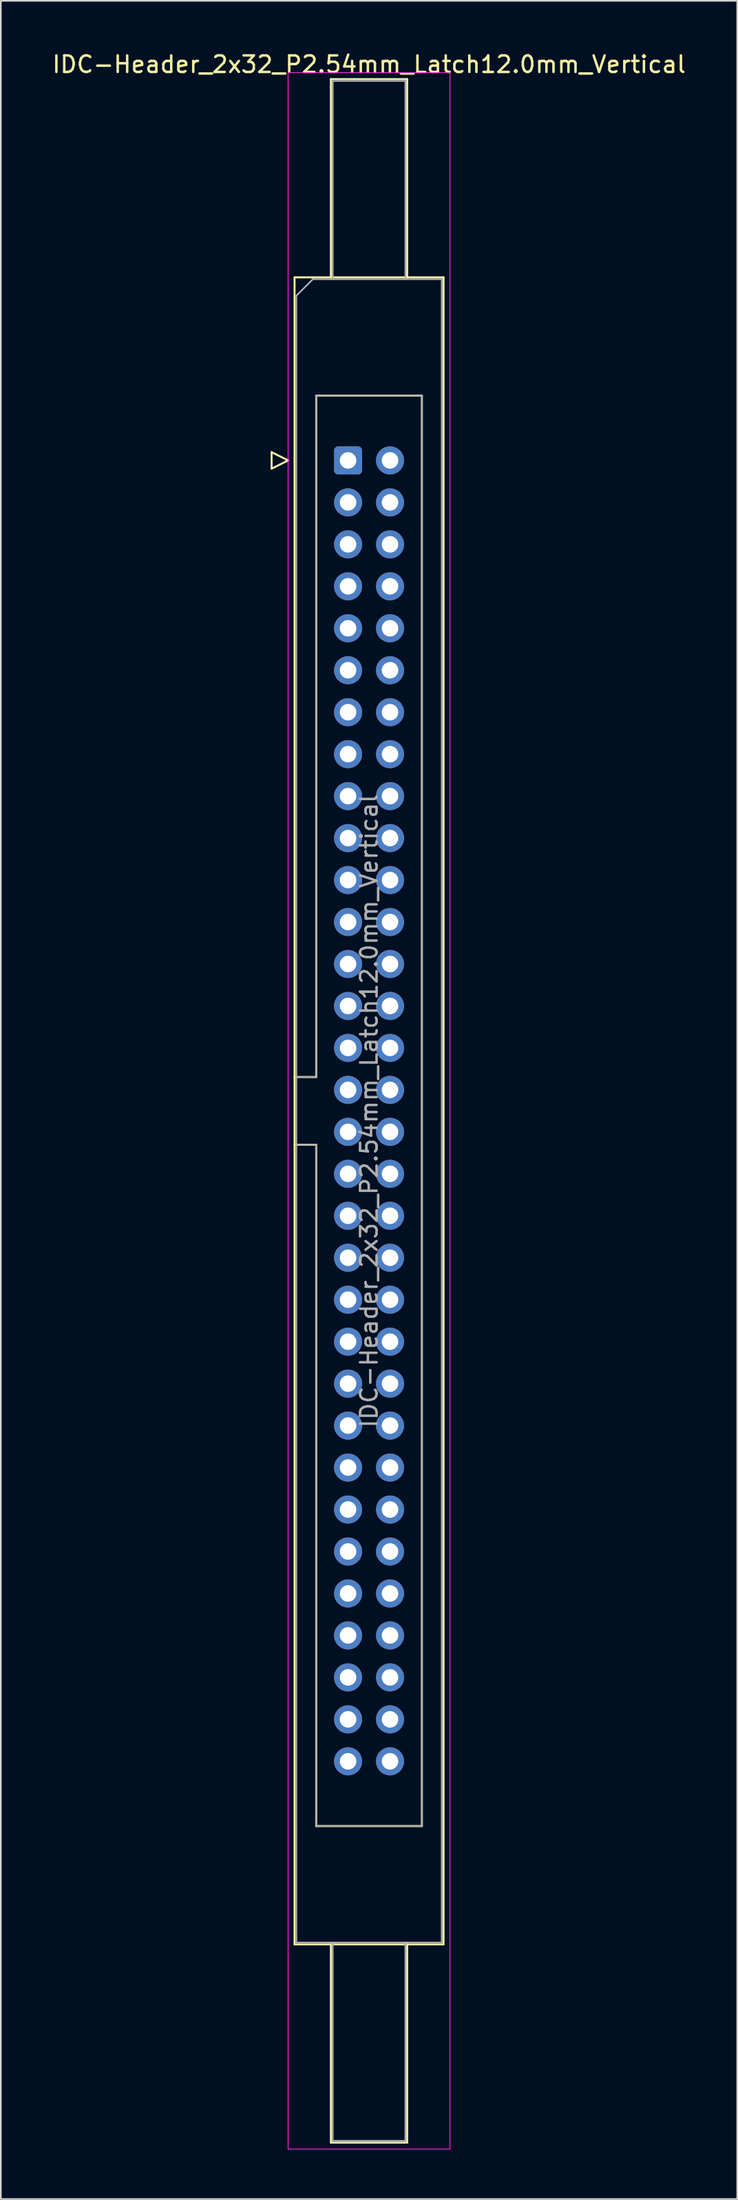
<source format=kicad_pcb>
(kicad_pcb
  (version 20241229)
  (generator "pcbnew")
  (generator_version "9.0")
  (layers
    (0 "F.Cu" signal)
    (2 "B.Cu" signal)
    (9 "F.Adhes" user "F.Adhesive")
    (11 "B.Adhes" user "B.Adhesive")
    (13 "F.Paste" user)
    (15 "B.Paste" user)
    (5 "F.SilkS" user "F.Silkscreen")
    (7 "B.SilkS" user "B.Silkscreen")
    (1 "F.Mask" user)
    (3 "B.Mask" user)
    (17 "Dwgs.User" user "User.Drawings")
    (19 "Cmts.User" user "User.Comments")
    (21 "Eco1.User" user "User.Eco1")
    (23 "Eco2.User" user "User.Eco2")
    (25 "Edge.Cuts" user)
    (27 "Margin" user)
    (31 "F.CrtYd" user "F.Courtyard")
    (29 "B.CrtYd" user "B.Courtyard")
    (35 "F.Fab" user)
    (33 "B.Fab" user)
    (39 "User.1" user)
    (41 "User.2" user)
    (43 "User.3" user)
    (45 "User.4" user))
  (footprint "IDC-Header_2x32_P2.54mm_Latch12.0mm_Vertical"
    (layer "F.Cu")
    (at 18.022 24.818)
    (property "Reference" "IDC-Header_2x32_P2.54mm_Latch12.0mm_Vertical" (at 1.27 -23.97 0) (layer "F.SilkS") (effects (font (size 1 1) (thickness 0.15))))
    (attr through_hole)
    (fp_line (start -4.63 -0.5) (end -4.63 0.5) (stroke (width 0.12) (type solid)) (layer "F.SilkS"))
    (fp_line (start -4.63 0.5) (end -3.63 0) (stroke (width 0.12) (type solid)) (layer "F.SilkS"))
    (fp_line (start -3.63 0) (end -4.63 -0.5) (stroke (width 0.12) (type solid)) (layer "F.SilkS"))
    (fp_line (start -3.24 -11.08) (end 5.78 -11.08) (stroke (width 0.12) (type solid)) (layer "F.SilkS"))
    (fp_line (start -3.24 37.32) (end -1.93 37.32) (stroke (width 0.12) (type solid)) (layer "F.SilkS"))
    (fp_line (start -3.24 89.82) (end -3.24 -11.08) (stroke (width 0.12) (type solid)) (layer "F.SilkS"))
    (fp_line (start -1.93 -3.92) (end 4.47 -3.92) (stroke (width 0.12) (type solid)) (layer "F.SilkS"))
    (fp_line (start -1.93 37.32) (end -1.93 -3.92) (stroke (width 0.12) (type solid)) (layer "F.SilkS"))
    (fp_line (start -1.93 41.42) (end -3.24 41.42) (stroke (width 0.12) (type solid)) (layer "F.SilkS"))
    (fp_line (start -1.93 82.66) (end -1.93 41.42) (stroke (width 0.12) (type solid)) (layer "F.SilkS"))
    (fp_line (start -1.04 -23.08) (end 3.58 -23.08) (stroke (width 0.12) (type solid)) (layer "F.SilkS"))
    (fp_line (start -1.04 -11.08) (end -1.04 -23.08) (stroke (width 0.12) (type solid)) (layer "F.SilkS"))
    (fp_line (start -1.04 89.82) (end -1.04 101.82) (stroke (width 0.12) (type solid)) (layer "F.SilkS"))
    (fp_line (start -1.04 101.82) (end 3.58 101.82) (stroke (width 0.12) (type solid)) (layer "F.SilkS"))
    (fp_line (start 3.58 -23.08) (end 3.58 -11.08) (stroke (width 0.12) (type solid)) (layer "F.SilkS"))
    (fp_line (start 3.58 101.82) (end 3.58 89.82) (stroke (width 0.12) (type solid)) (layer "F.SilkS"))
    (fp_line (start 4.47 -3.92) (end 4.47 82.66) (stroke (width 0.12) (type solid)) (layer "F.SilkS"))
    (fp_line (start 4.47 82.66) (end -1.93 82.66) (stroke (width 0.12) (type solid)) (layer "F.SilkS"))
    (fp_line (start 5.78 -11.08) (end 5.78 89.82) (stroke (width 0.12) (type solid)) (layer "F.SilkS"))
    (fp_line (start 5.78 89.82) (end -3.24 89.82) (stroke (width 0.12) (type solid)) (layer "F.SilkS"))
    (fp_line (start -3.63 -23.47) (end -3.63 102.21) (stroke (width 0.05) (type solid)) (layer "F.CrtYd"))
    (fp_line (start -3.63 102.21) (end 6.17 102.21) (stroke (width 0.05) (type solid)) (layer "F.CrtYd"))
    (fp_line (start 6.17 -23.47) (end -3.63 -23.47) (stroke (width 0.05) (type solid)) (layer "F.CrtYd"))
    (fp_line (start 6.17 102.21) (end 6.17 -23.47) (stroke (width 0.05) (type solid)) (layer "F.CrtYd"))
    (fp_line (start -3.13 -9.97) (end -2.13 -10.97) (stroke (width 0.1) (type solid)) (layer "F.Fab"))
    (fp_line (start -3.13 37.32) (end -1.93 37.32) (stroke (width 0.1) (type solid)) (layer "F.Fab"))
    (fp_line (start -3.13 89.71) (end -3.13 -9.97) (stroke (width 0.1) (type solid)) (layer "F.Fab"))
    (fp_line (start -2.13 -10.97) (end 5.67 -10.97) (stroke (width 0.1) (type solid)) (layer "F.Fab"))
    (fp_line (start -1.93 -3.92) (end 4.47 -3.92) (stroke (width 0.1) (type solid)) (layer "F.Fab"))
    (fp_line (start -1.93 37.32) (end -1.93 -3.92) (stroke (width 0.1) (type solid)) (layer "F.Fab"))
    (fp_line (start -1.93 41.42) (end -3.13 41.42) (stroke (width 0.1) (type solid)) (layer "F.Fab"))
    (fp_line (start -1.93 82.66) (end -1.93 41.42) (stroke (width 0.1) (type solid)) (layer "F.Fab"))
    (fp_line (start -0.93 -22.97) (end 3.47 -22.97) (stroke (width 0.1) (type solid)) (layer "F.Fab"))
    (fp_line (start -0.93 -10.97) (end -0.93 -22.97) (stroke (width 0.1) (type solid)) (layer "F.Fab"))
    (fp_line (start -0.93 89.71) (end -0.93 101.71) (stroke (width 0.1) (type solid)) (layer "F.Fab"))
    (fp_line (start -0.93 101.71) (end 3.47 101.71) (stroke (width 0.1) (type solid)) (layer "F.Fab"))
    (fp_line (start 3.47 -22.97) (end 3.47 -10.97) (stroke (width 0.1) (type solid)) (layer "F.Fab"))
    (fp_line (start 3.47 101.71) (end 3.47 89.71) (stroke (width 0.1) (type solid)) (layer "F.Fab"))
    (fp_line (start 4.47 -3.92) (end 4.47 82.66) (stroke (width 0.1) (type solid)) (layer "F.Fab"))
    (fp_line (start 4.47 82.66) (end -1.93 82.66) (stroke (width 0.1) (type solid)) (layer "F.Fab"))
    (fp_line (start 5.67 -10.97) (end 5.67 89.71) (stroke (width 0.1) (type solid)) (layer "F.Fab"))
    (fp_line (start 5.67 89.71) (end -3.13 89.71) (stroke (width 0.1) (type solid)) (layer "F.Fab"))
    (fp_text user "${REFERENCE}" (at 1.27 39.37 90) (layer "F.Fab") (effects (font (size 1 1) (thickness 0.15))))
    (pad "1" thru_hole roundrect (at 0 0) (size 1.7 1.7) (drill 1) (layers "*.Cu" "*.Mask") (roundrect_rratio 0.147))
    (pad "2" thru_hole circle (at 2.54 0) (size 1.7 1.7) (drill 1) (layers "*.Cu" "*.Mask"))
    (pad "3" thru_hole circle (at 0 2.54) (size 1.7 1.7) (drill 1) (layers "*.Cu" "*.Mask"))
    (pad "4" thru_hole circle (at 2.54 2.54) (size 1.7 1.7) (drill 1) (layers "*.Cu" "*.Mask"))
    (pad "5" thru_hole circle (at 0 5.08) (size 1.7 1.7) (drill 1) (layers "*.Cu" "*.Mask"))
    (pad "6" thru_hole circle (at 2.54 5.08) (size 1.7 1.7) (drill 1) (layers "*.Cu" "*.Mask"))
    (pad "7" thru_hole circle (at 0 7.62) (size 1.7 1.7) (drill 1) (layers "*.Cu" "*.Mask"))
    (pad "8" thru_hole circle (at 2.54 7.62) (size 1.7 1.7) (drill 1) (layers "*.Cu" "*.Mask"))
    (pad "9" thru_hole circle (at 0 10.16) (size 1.7 1.7) (drill 1) (layers "*.Cu" "*.Mask"))
    (pad "10" thru_hole circle (at 2.54 10.16) (size 1.7 1.7) (drill 1) (layers "*.Cu" "*.Mask"))
    (pad "11" thru_hole circle (at 0 12.7) (size 1.7 1.7) (drill 1) (layers "*.Cu" "*.Mask"))
    (pad "12" thru_hole circle (at 2.54 12.7) (size 1.7 1.7) (drill 1) (layers "*.Cu" "*.Mask"))
    (pad "13" thru_hole circle (at 0 15.24) (size 1.7 1.7) (drill 1) (layers "*.Cu" "*.Mask"))
    (pad "14" thru_hole circle (at 2.54 15.24) (size 1.7 1.7) (drill 1) (layers "*.Cu" "*.Mask"))
    (pad "15" thru_hole circle (at 0 17.78) (size 1.7 1.7) (drill 1) (layers "*.Cu" "*.Mask"))
    (pad "16" thru_hole circle (at 2.54 17.78) (size 1.7 1.7) (drill 1) (layers "*.Cu" "*.Mask"))
    (pad "17" thru_hole circle (at 0 20.32) (size 1.7 1.7) (drill 1) (layers "*.Cu" "*.Mask"))
    (pad "18" thru_hole circle (at 2.54 20.32) (size 1.7 1.7) (drill 1) (layers "*.Cu" "*.Mask"))
    (pad "19" thru_hole circle (at 0 22.86) (size 1.7 1.7) (drill 1) (layers "*.Cu" "*.Mask"))
    (pad "20" thru_hole circle (at 2.54 22.86) (size 1.7 1.7) (drill 1) (layers "*.Cu" "*.Mask"))
    (pad "21" thru_hole circle (at 0 25.4) (size 1.7 1.7) (drill 1) (layers "*.Cu" "*.Mask"))
    (pad "22" thru_hole circle (at 2.54 25.4) (size 1.7 1.7) (drill 1) (layers "*.Cu" "*.Mask"))
    (pad "23" thru_hole circle (at 0 27.94) (size 1.7 1.7) (drill 1) (layers "*.Cu" "*.Mask"))
    (pad "24" thru_hole circle (at 2.54 27.94) (size 1.7 1.7) (drill 1) (layers "*.Cu" "*.Mask"))
    (pad "25" thru_hole circle (at 0 30.48) (size 1.7 1.7) (drill 1) (layers "*.Cu" "*.Mask"))
    (pad "26" thru_hole circle (at 2.54 30.48) (size 1.7 1.7) (drill 1) (layers "*.Cu" "*.Mask"))
    (pad "27" thru_hole circle (at 0 33.02) (size 1.7 1.7) (drill 1) (layers "*.Cu" "*.Mask"))
    (pad "28" thru_hole circle (at 2.54 33.02) (size 1.7 1.7) (drill 1) (layers "*.Cu" "*.Mask"))
    (pad "29" thru_hole circle (at 0 35.56) (size 1.7 1.7) (drill 1) (layers "*.Cu" "*.Mask"))
    (pad "30" thru_hole circle (at 2.54 35.56) (size 1.7 1.7) (drill 1) (layers "*.Cu" "*.Mask"))
    (pad "31" thru_hole circle (at 0 38.1) (size 1.7 1.7) (drill 1) (layers "*.Cu" "*.Mask"))
    (pad "32" thru_hole circle (at 2.54 38.1) (size 1.7 1.7) (drill 1) (layers "*.Cu" "*.Mask"))
    (pad "33" thru_hole circle (at 0 40.64) (size 1.7 1.7) (drill 1) (layers "*.Cu" "*.Mask"))
    (pad "34" thru_hole circle (at 2.54 40.64) (size 1.7 1.7) (drill 1) (layers "*.Cu" "*.Mask"))
    (pad "35" thru_hole circle (at 0 43.18) (size 1.7 1.7) (drill 1) (layers "*.Cu" "*.Mask"))
    (pad "36" thru_hole circle (at 2.54 43.18) (size 1.7 1.7) (drill 1) (layers "*.Cu" "*.Mask"))
    (pad "37" thru_hole circle (at 0 45.72) (size 1.7 1.7) (drill 1) (layers "*.Cu" "*.Mask"))
    (pad "38" thru_hole circle (at 2.54 45.72) (size 1.7 1.7) (drill 1) (layers "*.Cu" "*.Mask"))
    (pad "39" thru_hole circle (at 0 48.26) (size 1.7 1.7) (drill 1) (layers "*.Cu" "*.Mask"))
    (pad "40" thru_hole circle (at 2.54 48.26) (size 1.7 1.7) (drill 1) (layers "*.Cu" "*.Mask"))
    (pad "41" thru_hole circle (at 0 50.8) (size 1.7 1.7) (drill 1) (layers "*.Cu" "*.Mask"))
    (pad "42" thru_hole circle (at 2.54 50.8) (size 1.7 1.7) (drill 1) (layers "*.Cu" "*.Mask"))
    (pad "43" thru_hole circle (at 0 53.34) (size 1.7 1.7) (drill 1) (layers "*.Cu" "*.Mask"))
    (pad "44" thru_hole circle (at 2.54 53.34) (size 1.7 1.7) (drill 1) (layers "*.Cu" "*.Mask"))
    (pad "45" thru_hole circle (at 0 55.88) (size 1.7 1.7) (drill 1) (layers "*.Cu" "*.Mask"))
    (pad "46" thru_hole circle (at 2.54 55.88) (size 1.7 1.7) (drill 1) (layers "*.Cu" "*.Mask"))
    (pad "47" thru_hole circle (at 0 58.42) (size 1.7 1.7) (drill 1) (layers "*.Cu" "*.Mask"))
    (pad "48" thru_hole circle (at 2.54 58.42) (size 1.7 1.7) (drill 1) (layers "*.Cu" "*.Mask"))
    (pad "49" thru_hole circle (at 0 60.96) (size 1.7 1.7) (drill 1) (layers "*.Cu" "*.Mask"))
    (pad "50" thru_hole circle (at 2.54 60.96) (size 1.7 1.7) (drill 1) (layers "*.Cu" "*.Mask"))
    (pad "51" thru_hole circle (at 0 63.5) (size 1.7 1.7) (drill 1) (layers "*.Cu" "*.Mask"))
    (pad "52" thru_hole circle (at 2.54 63.5) (size 1.7 1.7) (drill 1) (layers "*.Cu" "*.Mask"))
    (pad "53" thru_hole circle (at 0 66.04) (size 1.7 1.7) (drill 1) (layers "*.Cu" "*.Mask"))
    (pad "54" thru_hole circle (at 2.54 66.04) (size 1.7 1.7) (drill 1) (layers "*.Cu" "*.Mask"))
    (pad "55" thru_hole circle (at 0 68.58) (size 1.7 1.7) (drill 1) (layers "*.Cu" "*.Mask"))
    (pad "56" thru_hole circle (at 2.54 68.58) (size 1.7 1.7) (drill 1) (layers "*.Cu" "*.Mask"))
    (pad "57" thru_hole circle (at 0 71.12) (size 1.7 1.7) (drill 1) (layers "*.Cu" "*.Mask"))
    (pad "58" thru_hole circle (at 2.54 71.12) (size 1.7 1.7) (drill 1) (layers "*.Cu" "*.Mask"))
    (pad "59" thru_hole circle (at 0 73.66) (size 1.7 1.7) (drill 1) (layers "*.Cu" "*.Mask"))
    (pad "60" thru_hole circle (at 2.54 73.66) (size 1.7 1.7) (drill 1) (layers "*.Cu" "*.Mask"))
    (pad "61" thru_hole circle (at 0 76.2) (size 1.7 1.7) (drill 1) (layers "*.Cu" "*.Mask"))
    (pad "62" thru_hole circle (at 2.54 76.2) (size 1.7 1.7) (drill 1) (layers "*.Cu" "*.Mask"))
    (pad "63" thru_hole circle (at 0 78.74) (size 1.7 1.7) (drill 1) (layers "*.Cu" "*.Mask"))
    (pad "64" thru_hole circle (at 2.54 78.74) (size 1.7 1.7) (drill 1) (layers "*.Cu" "*.Mask")))
  (gr_rect
    (start -3 -3)
    (end 41.583 130.053)
    (stroke (width 0.1) (type default))
    (fill no)
    (layer "Edge.Cuts")))
</source>
